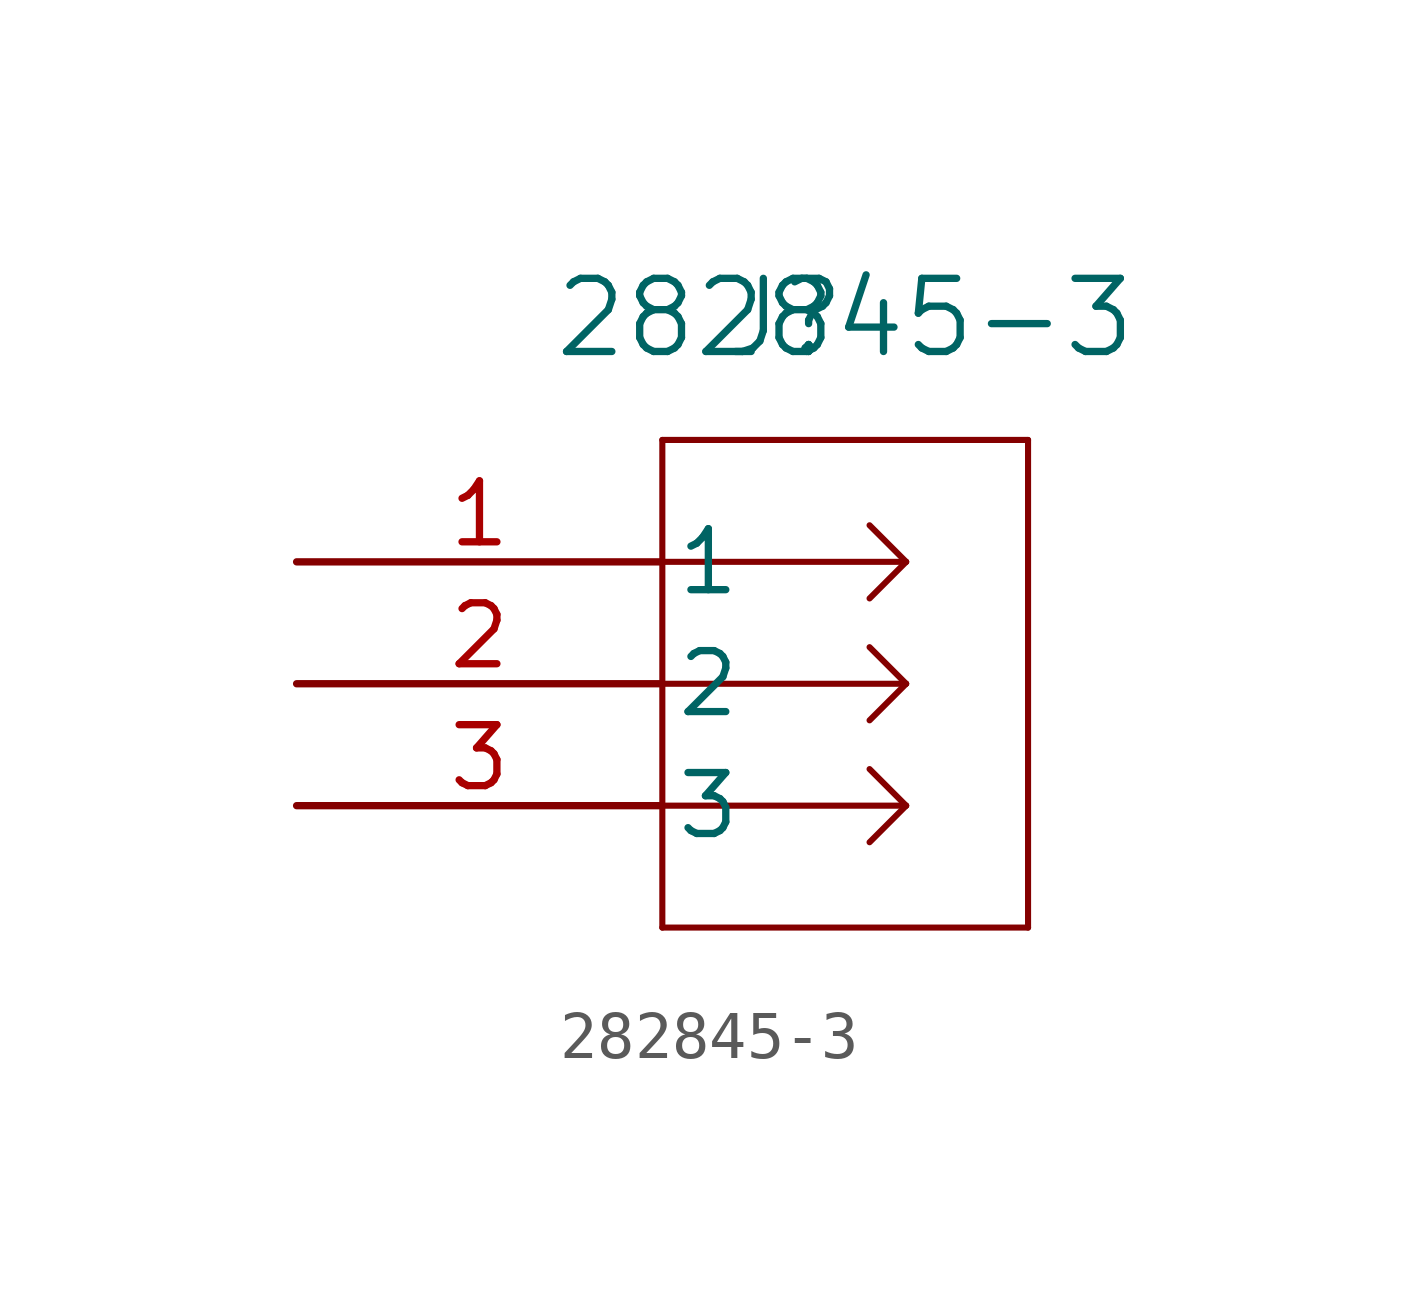
<source format=kicad_sym>
(kicad_symbol_lib
  (version 20211014)
  (generator kicad_symbol_editor)
  (symbol "282845-3"
    (pin_names
      (offset 0.254))
    (property "Reference" "J"
      (at 10.16 5.08 0)
      (effects (font (size 1.524 1.524))))
    (property "Value" "282845-3"
      (at 11.43 5.08 0)
      (effects (font (size 1.524 1.524))))
    (symbol "282845-3_0_1"
      (polyline (pts (xy 7.62 2.54) (xy 7.62 -7.62)) (stroke (width 0.127) (type default) (color 0 0 0 0)) (fill (type none)))
      (polyline (pts (xy 7.62 -7.62) (xy 15.24 -7.62)) (stroke (width 0.127) (type default) (color 0 0 0 0)) (fill (type none)))
      (polyline (pts (xy 15.24 -7.62) (xy 15.24 2.54)) (stroke (width 0.127) (type default) (color 0 0 0 0)) (fill (type none)))
      (polyline (pts (xy 15.24 2.54) (xy 7.62 2.54)) (stroke (width 0.127) (type default) (color 0 0 0 0)) (fill (type none)))
      (polyline (pts (xy 7.62 0) (xy 12.7 0)) (stroke (width 0.127) (type default) (color 0 0 0 0)) (fill (type none)))
      (polyline (pts (xy 7.62 -2.54) (xy 12.7 -2.54)) (stroke (width 0.127) (type default) (color 0 0 0 0)) (fill (type none)))
      (polyline (pts (xy 7.62 -5.08) (xy 12.7 -5.08)) (stroke (width 0.127) (type default) (color 0 0 0 0)) (fill (type none)))
      (polyline (pts (xy 12.7 0) (xy 11.938 0.762)) (stroke (width 0.127) (type default) (color 0 0 0 0)) (fill (type none)))
      (polyline (pts (xy 12.7 0) (xy 11.938 -0.762)) (stroke (width 0.127) (type default) (color 0 0 0 0)) (fill (type none)))
      (polyline (pts (xy 12.7 -2.54) (xy 11.938 -1.778)) (stroke (width 0.127) (type default) (color 0 0 0 0)) (fill (type none)))
      (polyline (pts (xy 12.7 -2.54) (xy 11.938 -3.302)) (stroke (width 0.127) (type default) (color 0 0 0 0)) (fill (type none)))
      (polyline (pts (xy 12.7 -5.08) (xy 11.938 -4.318)) (stroke (width 0.127) (type default) (color 0 0 0 0)) (fill (type none)))
      (polyline (pts (xy 12.7 -5.08) (xy 11.938 -5.842)) (stroke (width 0.127) (type default) (color 0 0 0 0)) (fill (type none)))
      (pin unspecified line (at 0 0 0) (length 7.62) (name "1" (effects (font (size 1.27 1.27)))) (number "1" (effects (font (size 1.27 1.27)))))
      (pin unspecified line (at 0 -2.54 0) (length 7.62) (name "2" (effects (font (size 1.27 1.27)))) (number "2" (effects (font (size 1.27 1.27)))))
      (pin unspecified line (at 0 -5.08 0) (length 7.62) (name "3" (effects (font (size 1.27 1.27)))) (number "3" (effects (font (size 1.27 1.27))))))))
</source>
